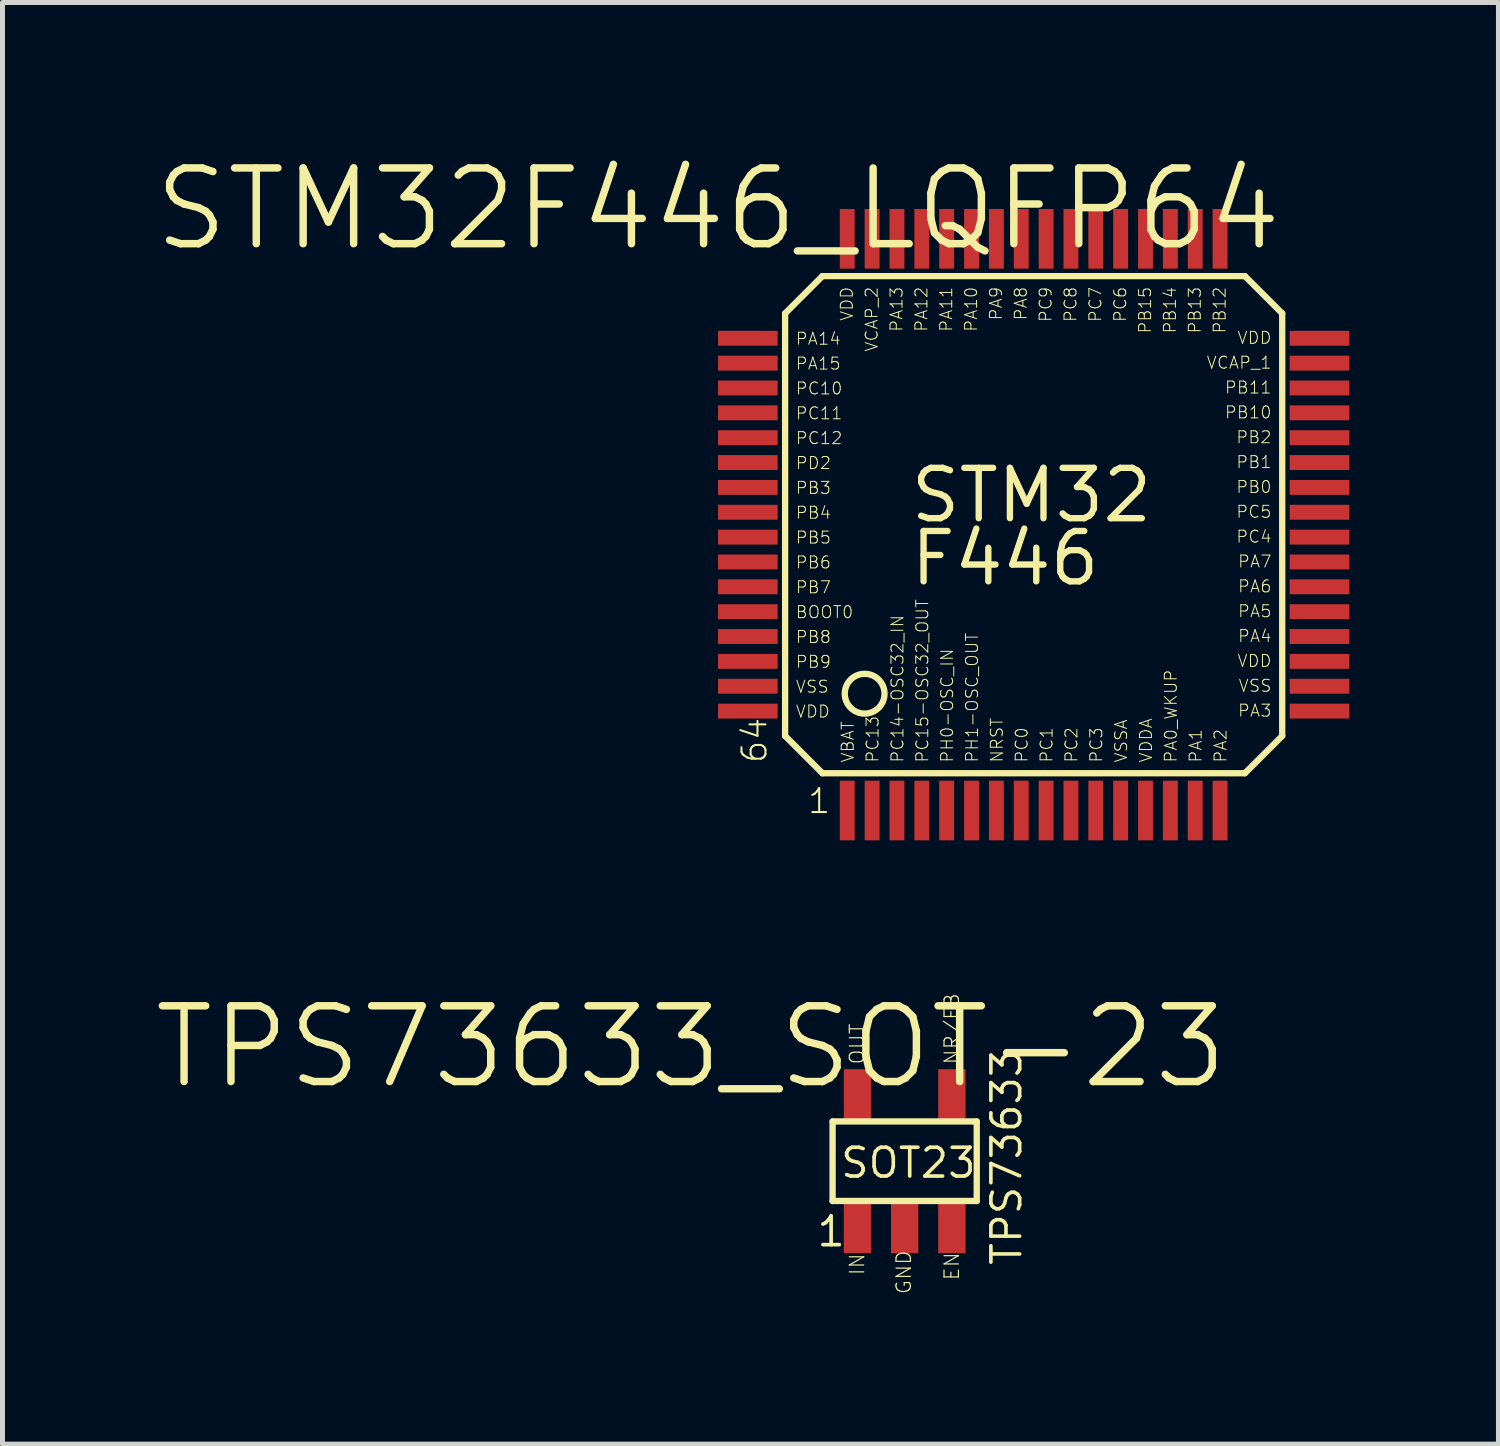
<source format=kicad_pcb>
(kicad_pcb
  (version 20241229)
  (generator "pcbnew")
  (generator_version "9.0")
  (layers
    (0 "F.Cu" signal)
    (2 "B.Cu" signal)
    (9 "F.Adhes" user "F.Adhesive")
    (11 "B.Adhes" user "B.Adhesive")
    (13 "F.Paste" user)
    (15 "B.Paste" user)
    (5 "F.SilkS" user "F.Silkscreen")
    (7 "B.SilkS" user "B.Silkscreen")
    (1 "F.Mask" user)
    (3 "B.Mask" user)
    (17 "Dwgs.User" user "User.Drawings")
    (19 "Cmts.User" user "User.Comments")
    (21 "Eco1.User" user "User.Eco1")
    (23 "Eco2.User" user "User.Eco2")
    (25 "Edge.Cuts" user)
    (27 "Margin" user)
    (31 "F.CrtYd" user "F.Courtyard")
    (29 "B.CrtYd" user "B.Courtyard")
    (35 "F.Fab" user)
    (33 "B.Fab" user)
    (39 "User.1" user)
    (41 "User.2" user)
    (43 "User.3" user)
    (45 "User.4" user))
  (footprint "STM32F446_LQFP64"
    (layer "F.Cu")
    (at 17.744 7.505)
    (property "Reference" "STM32F446_LQFP64" (at -6.35 -6.35 0) (layer "F.SilkS") (effects (font (size 1.524 1.524) (thickness 0.15))))
    (attr through_hole)
    (fp_line (start -5 -4.25) (end -5 4.25) (stroke (width 0.127) (type solid)) (layer "F.SilkS"))
    (fp_line (start -5 -4.25) (end -4.25 -5) (stroke (width 0.127) (type solid)) (layer "F.SilkS"))
    (fp_line (start -5 4.25) (end -4.25 5) (stroke (width 0.127) (type solid)) (layer "F.SilkS"))
    (fp_line (start -4.25 5) (end 4.25 5) (stroke (width 0.127) (type solid)) (layer "F.SilkS"))
    (fp_line (start 4.25 -5) (end -4.25 -5) (stroke (width 0.127) (type solid)) (layer "F.SilkS"))
    (fp_line (start 4.25 -5) (end 5 -4.25) (stroke (width 0.127) (type solid)) (layer "F.SilkS"))
    (fp_line (start 4.25 5) (end 5 4.25) (stroke (width 0.127) (type solid)) (layer "F.SilkS"))
    (fp_line (start 5 4.25) (end 5 -4.25) (stroke (width 0.127) (type solid)) (layer "F.SilkS"))
    (fp_circle (center -3.4 3.4) (end -3 3.4) (stroke (width 0.127) (type solid)) (fill no) (layer "F.SilkS"))
    (fp_text user "VBAT" (at -3.6 4.8 90) (layer "F.SilkS") (effects (font (size 0.241 0.241) (thickness 0.02)) (justify left bottom)))
    (fp_text user "PA14" (at -4.8 -3.6 0) (layer "F.SilkS") (effects (font (size 0.241 0.241) (thickness 0.02)) (justify left bottom)))
    (fp_text user "PC9" (at 0.1 -4.8 90) (layer "F.SilkS") (effects (font (size 0.241 0.241) (thickness 0.02)) (justify right top)))
    (fp_text user "PB6" (at -4.8 0.9 0) (layer "F.SilkS") (effects (font (size 0.241 0.241) (thickness 0.02)) (justify left bottom)))
    (fp_text user "PC12" (at -4.8 -1.6 0) (layer "F.SilkS") (effects (font (size 0.241 0.241) (thickness 0.02)) (justify left bottom)))
    (fp_text user "PD2" (at -4.8 -1.1 0) (layer "F.SilkS") (effects (font (size 0.241 0.241) (thickness 0.02)) (justify left bottom)))
    (fp_text user "VDD" (at -4.8 3.9 0) (layer "F.SilkS") (effects (font (size 0.241 0.241) (thickness 0.02)) (justify left bottom)))
    (fp_text user "PH0-OSC_IN" (at -1.6 4.8 90) (layer "F.SilkS") (effects (font (size 0.241 0.241) (thickness 0.02)) (justify left bottom)))
    (fp_text user "VDD" (at 4.8 2.6 0) (layer "F.SilkS") (effects (font (size 0.241 0.241) (thickness 0.02)) (justify right top)))
    (fp_text user "PC13" (at -3.1 4.8 90) (layer "F.SilkS") (effects (font (size 0.241 0.241) (thickness 0.02)) (justify left bottom)))
    (fp_text user "PB1" (at 4.8 -1.4 0) (layer "F.SilkS") (effects (font (size 0.241 0.241) (thickness 0.02)) (justify right top)))
    (fp_text user "VSSA" (at 1.9 4.8 90) (layer "F.SilkS") (effects (font (size 0.241 0.241) (thickness 0.02)) (justify left bottom)))
    (fp_text user "VCAP_1" (at 4.8 -3.4 0) (layer "F.SilkS") (effects (font (size 0.241 0.241) (thickness 0.02)) (justify right top)))
    (fp_text user "PB12" (at 3.6 -4.8 90) (layer "F.SilkS") (effects (font (size 0.241 0.241) (thickness 0.02)) (justify right top)))
    (fp_text user "PB13" (at 3.1 -4.8 90) (layer "F.SilkS") (effects (font (size 0.241 0.241) (thickness 0.02)) (justify right top)))
    (fp_text user "VCAP_2" (at -3.4 -4.8 90) (layer "F.SilkS") (effects (font (size 0.241 0.241) (thickness 0.02)) (justify right top)))
    (fp_text user "PB0" (at 4.8 -0.9 0) (layer "F.SilkS") (effects (font (size 0.241 0.241) (thickness 0.02)) (justify right top)))
    (fp_text user "PC2" (at 0.9 4.8 90) (layer "F.SilkS") (effects (font (size 0.241 0.241) (thickness 0.02)) (justify left bottom)))
    (fp_text user "PA3" (at 4.8 3.6 0) (layer "F.SilkS") (effects (font (size 0.241 0.241) (thickness 0.02)) (justify right top)))
    (fp_text user "PA0_WKUP" (at 2.9 4.8 90) (layer "F.SilkS") (effects (font (size 0.241 0.241) (thickness 0.02)) (justify left bottom)))
    (fp_text user "VSS" (at -4.8 3.4 0) (layer "F.SilkS") (effects (font (size 0.241 0.241) (thickness 0.02)) (justify left bottom)))
    (fp_text user "PA6" (at 4.8 1.1 0) (layer "F.SilkS") (effects (font (size 0.241 0.241) (thickness 0.02)) (justify right top)))
    (fp_text user "NRST" (at -0.6 4.8 90) (layer "F.SilkS") (effects (font (size 0.241 0.241) (thickness 0.02)) (justify left bottom)))
    (fp_text user "PC1" (at 0.4 4.8 90) (layer "F.SilkS") (effects (font (size 0.241 0.241) (thickness 0.02)) (justify left bottom)))
    (fp_text user "PA8" (at -0.4 -4.8 90) (layer "F.SilkS") (effects (font (size 0.241 0.241) (thickness 0.02)) (justify right top)))
    (fp_text user "PB5" (at -4.8 0.4 0) (layer "F.SilkS") (effects (font (size 0.241 0.241) (thickness 0.02)) (justify left bottom)))
    (fp_text user "PB9" (at -4.8 2.9 0) (layer "F.SilkS") (effects (font (size 0.241 0.241) (thickness 0.02)) (justify left bottom)))
    (fp_text user "F446" (at -2.54 1.27 0) (layer "F.SilkS") (effects (font (size 1.013 1.013) (thickness 0.128)) (justify left bottom)))
    (fp_text user "PA7" (at 4.8 0.6 0) (layer "F.SilkS") (effects (font (size 0.241 0.241) (thickness 0.02)) (justify right top)))
    (fp_text user "PA15" (at -4.8 -3.1 0) (layer "F.SilkS") (effects (font (size 0.241 0.241) (thickness 0.02)) (justify left bottom)))
    (fp_text user "PA10" (at -1.4 -4.8 90) (layer "F.SilkS") (effects (font (size 0.241 0.241) (thickness 0.02)) (justify right top)))
    (fp_text user "PB4" (at -4.8 -0.1 0) (layer "F.SilkS") (effects (font (size 0.241 0.241) (thickness 0.02)) (justify left bottom)))
    (fp_text user "PA11" (at -1.9 -4.8 90) (layer "F.SilkS") (effects (font (size 0.241 0.241) (thickness 0.02)) (justify right top)))
    (fp_text user "PA1" (at 3.4 4.8 90) (layer "F.SilkS") (effects (font (size 0.241 0.241) (thickness 0.02)) (justify left bottom)))
    (fp_text user "PB15" (at 2.1 -4.8 90) (layer "F.SilkS") (effects (font (size 0.241 0.241) (thickness 0.02)) (justify right top)))
    (fp_text user "PB2" (at 4.8 -1.9 0) (layer "F.SilkS") (effects (font (size 0.241 0.241) (thickness 0.02)) (justify right top)))
    (fp_text user "PA4" (at 4.8 2.1 0) (layer "F.SilkS") (effects (font (size 0.241 0.241) (thickness 0.02)) (justify right top)))
    (fp_text user "PA13" (at -2.9 -4.8 90) (layer "F.SilkS") (effects (font (size 0.241 0.241) (thickness 0.02)) (justify right top)))
    (fp_text user "PB7" (at -4.8 1.4 0) (layer "F.SilkS") (effects (font (size 0.241 0.241) (thickness 0.02)) (justify left bottom)))
    (fp_text user "PB10" (at 4.8 -2.4 0) (layer "F.SilkS") (effects (font (size 0.241 0.241) (thickness 0.02)) (justify right top)))
    (fp_text user "PC6" (at 1.6 -4.8 90) (layer "F.SilkS") (effects (font (size 0.241 0.241) (thickness 0.02)) (justify right top)))
    (fp_text user "VDDA" (at 2.4 4.8 90) (layer "F.SilkS") (effects (font (size 0.241 0.241) (thickness 0.02)) (justify left bottom)))
    (fp_text user "64" (at -5.334 4.826 90) (layer "F.SilkS") (effects (font (size 0.483 0.483) (thickness 0.041)) (justify left bottom)))
    (fp_text user "VDD" (at 4.8 -3.9 0) (layer "F.SilkS") (effects (font (size 0.241 0.241) (thickness 0.02)) (justify right top)))
    (fp_text user "PC14-OSC32_IN" (at -2.6 4.8 90) (layer "F.SilkS") (effects (font (size 0.241 0.241) (thickness 0.02)) (justify left bottom)))
    (fp_text user "PC0" (at -0.1 4.8 90) (layer "F.SilkS") (effects (font (size 0.241 0.241) (thickness 0.02)) (justify left bottom)))
    (fp_text user "PC5" (at 4.8 -0.4 0) (layer "F.SilkS") (effects (font (size 0.241 0.241) (thickness 0.02)) (justify right top)))
    (fp_text user "PB11" (at 4.8 -2.9 0) (layer "F.SilkS") (effects (font (size 0.241 0.241) (thickness 0.02)) (justify right top)))
    (fp_text user "PB14" (at 2.6 -4.8 90) (layer "F.SilkS") (effects (font (size 0.241 0.241) (thickness 0.02)) (justify right top)))
    (fp_text user "PC7" (at 1.1 -4.8 90) (layer "F.SilkS") (effects (font (size 0.241 0.241) (thickness 0.02)) (justify right top)))
    (fp_text user "PB3" (at -4.8 -0.6 0) (layer "F.SilkS") (effects (font (size 0.241 0.241) (thickness 0.02)) (justify left bottom)))
    (fp_text user "PH1-OSC_OUT" (at -1.1 4.8 90) (layer "F.SilkS") (effects (font (size 0.241 0.241) (thickness 0.02)) (justify left bottom)))
    (fp_text user "STM32" (at -2.54 0 0) (layer "F.SilkS") (effects (font (size 1.013 1.013) (thickness 0.128)) (justify left bottom)))
    (fp_text user "PC8" (at 0.6 -4.8 90) (layer "F.SilkS") (effects (font (size 0.241 0.241) (thickness 0.02)) (justify right top)))
    (fp_text user "PA12" (at -2.4 -4.8 90) (layer "F.SilkS") (effects (font (size 0.241 0.241) (thickness 0.02)) (justify right top)))
    (fp_text user "PC10" (at -4.8 -2.6 0) (layer "F.SilkS") (effects (font (size 0.241 0.241) (thickness 0.02)) (justify left bottom)))
    (fp_text user "VDD" (at -3.9 -4.8 90) (layer "F.SilkS") (effects (font (size 0.241 0.241) (thickness 0.02)) (justify right top)))
    (fp_text user "PB8" (at -4.8 2.4 0) (layer "F.SilkS") (effects (font (size 0.241 0.241) (thickness 0.02)) (justify left bottom)))
    (fp_text user "BOOT0" (at -4.8 1.9 0) (layer "F.SilkS") (effects (font (size 0.241 0.241) (thickness 0.02)) (justify left bottom)))
    (fp_text user "PA2" (at 3.9 4.8 90) (layer "F.SilkS") (effects (font (size 0.241 0.241) (thickness 0.02)) (justify left bottom)))
    (fp_text user "PA9" (at -0.9 -4.8 90) (layer "F.SilkS") (effects (font (size 0.241 0.241) (thickness 0.02)) (justify right top)))
    (fp_text user "PC3" (at 1.4 4.8 90) (layer "F.SilkS") (effects (font (size 0.241 0.241) (thickness 0.02)) (justify left bottom)))
    (fp_text user "PC11" (at -4.8 -2.1 0) (layer "F.SilkS") (effects (font (size 0.241 0.241) (thickness 0.02)) (justify left bottom)))
    (fp_text user "PC15-OSC32_OUT" (at -2.1 4.8 90) (layer "F.SilkS") (effects (font (size 0.241 0.241) (thickness 0.02)) (justify left bottom)))
    (fp_text user "1" (at -4.572 5.842 0) (layer "F.SilkS") (effects (font (size 0.483 0.483) (thickness 0.041)) (justify left bottom)))
    (fp_text user "VSS" (at 4.8 3.1 0) (layer "F.SilkS") (effects (font (size 0.241 0.241) (thickness 0.02)) (justify right top)))
    (fp_text user "PC4" (at 4.8 0.1 0) (layer "F.SilkS") (effects (font (size 0.241 0.241) (thickness 0.02)) (justify right top)))
    (fp_text user "PA5" (at 4.8 1.6 0) (layer "F.SilkS") (effects (font (size 0.241 0.241) (thickness 0.02)) (justify right top)))
    (pad "BOOT" smd rect (at -5.75 1.75) (size 1.2 0.3) (layers "F.Cu" "F.Mask" "F.Paste"))
    (pad "NRST" smd rect (at -0.75 5.75 90) (size 1.2 0.3) (layers "F.Cu" "F.Mask" "F.Paste"))
    (pad "PA0_" smd rect (at 2.75 5.75 90) (size 1.2 0.3) (layers "F.Cu" "F.Mask" "F.Paste"))
    (pad "PA1" smd rect (at 3.25 5.75 90) (size 1.2 0.3) (layers "F.Cu" "F.Mask" "F.Paste"))
    (pad "PA2" smd rect (at 3.75 5.75 90) (size 1.2 0.3) (layers "F.Cu" "F.Mask" "F.Paste"))
    (pad "PA3" smd rect (at 5.75 3.75) (size 1.2 0.3) (layers "F.Cu" "F.Mask" "F.Paste"))
    (pad "PA4" smd rect (at 5.75 2.25) (size 1.2 0.3) (layers "F.Cu" "F.Mask" "F.Paste"))
    (pad "PA5" smd rect (at 5.75 1.75) (size 1.2 0.3) (layers "F.Cu" "F.Mask" "F.Paste"))
    (pad "PA6" smd rect (at 5.75 1.25) (size 1.2 0.3) (layers "F.Cu" "F.Mask" "F.Paste"))
    (pad "PA7" smd rect (at 5.75 0.75) (size 1.2 0.3) (layers "F.Cu" "F.Mask" "F.Paste"))
    (pad "PA8" smd rect (at -0.25 -5.75 90) (size 1.2 0.3) (layers "F.Cu" "F.Mask" "F.Paste"))
    (pad "PA9" smd rect (at -0.75 -5.75 90) (size 1.2 0.3) (layers "F.Cu" "F.Mask" "F.Paste"))
    (pad "PA10" smd rect (at -1.25 -5.75 90) (size 1.2 0.3) (layers "F.Cu" "F.Mask" "F.Paste"))
    (pad "PA11" smd rect (at -1.75 -5.75 90) (size 1.2 0.3) (layers "F.Cu" "F.Mask" "F.Paste"))
    (pad "PA12" smd rect (at -2.25 -5.75 90) (size 1.2 0.3) (layers "F.Cu" "F.Mask" "F.Paste"))
    (pad "PA13" smd rect (at -2.75 -5.75 90) (size 1.2 0.3) (layers "F.Cu" "F.Mask" "F.Paste"))
    (pad "PA14" smd rect (at -5.75 -3.75) (size 1.2 0.3) (layers "F.Cu" "F.Mask" "F.Paste"))
    (pad "PA15" smd rect (at -5.75 -3.25) (size 1.2 0.3) (layers "F.Cu" "F.Mask" "F.Paste"))
    (pad "PB0" smd rect (at 5.75 -0.75) (size 1.2 0.3) (layers "F.Cu" "F.Mask" "F.Paste"))
    (pad "PB1" smd rect (at 5.75 -1.25) (size 1.2 0.3) (layers "F.Cu" "F.Mask" "F.Paste"))
    (pad "PB2" smd rect (at 5.75 -1.75) (size 1.2 0.3) (layers "F.Cu" "F.Mask" "F.Paste"))
    (pad "PB3" smd rect (at -5.75 -0.75) (size 1.2 0.3) (layers "F.Cu" "F.Mask" "F.Paste"))
    (pad "PB4" smd rect (at -5.75 -0.25) (size 1.2 0.3) (layers "F.Cu" "F.Mask" "F.Paste"))
    (pad "PB5" smd rect (at -5.75 0.25) (size 1.2 0.3) (layers "F.Cu" "F.Mask" "F.Paste"))
    (pad "PB6" smd rect (at -5.75 0.75) (size 1.2 0.3) (layers "F.Cu" "F.Mask" "F.Paste"))
    (pad "PB7" smd rect (at -5.75 1.25) (size 1.2 0.3) (layers "F.Cu" "F.Mask" "F.Paste"))
    (pad "PB8" smd rect (at -5.75 2.25) (size 1.2 0.3) (layers "F.Cu" "F.Mask" "F.Paste"))
    (pad "PB9" smd rect (at -5.75 2.75) (size 1.2 0.3) (layers "F.Cu" "F.Mask" "F.Paste"))
    (pad "PB10" smd rect (at 5.75 -2.25) (size 1.2 0.3) (layers "F.Cu" "F.Mask" "F.Paste"))
    (pad "PB11" smd rect (at 5.75 -2.75) (size 1.2 0.3) (layers "F.Cu" "F.Mask" "F.Paste"))
    (pad "PB12" smd rect (at 3.75 -5.75 90) (size 1.2 0.3) (layers "F.Cu" "F.Mask" "F.Paste"))
    (pad "PB13" smd rect (at 3.25 -5.75 90) (size 1.2 0.3) (layers "F.Cu" "F.Mask" "F.Paste"))
    (pad "PB14" smd rect (at 2.75 -5.75 90) (size 1.2 0.3) (layers "F.Cu" "F.Mask" "F.Paste"))
    (pad "PB15" smd rect (at 2.25 -5.75 90) (size 1.2 0.3) (layers "F.Cu" "F.Mask" "F.Paste"))
    (pad "PC0" smd rect (at -0.25 5.75 90) (size 1.2 0.3) (layers "F.Cu" "F.Mask" "F.Paste"))
    (pad "PC1" smd rect (at 0.25 5.75 90) (size 1.2 0.3) (layers "F.Cu" "F.Mask" "F.Paste"))
    (pad "PC2" smd rect (at 0.75 5.75 90) (size 1.2 0.3) (layers "F.Cu" "F.Mask" "F.Paste"))
    (pad "PC3" smd rect (at 1.25 5.75 90) (size 1.2 0.3) (layers "F.Cu" "F.Mask" "F.Paste"))
    (pad "PC4" smd rect (at 5.75 0.25) (size 1.2 0.3) (layers "F.Cu" "F.Mask" "F.Paste"))
    (pad "PC5" smd rect (at 5.75 -0.25) (size 1.2 0.3) (layers "F.Cu" "F.Mask" "F.Paste"))
    (pad "PC6" smd rect (at 1.75 -5.75 90) (size 1.2 0.3) (layers "F.Cu" "F.Mask" "F.Paste"))
    (pad "PC7" smd rect (at 1.25 -5.75 90) (size 1.2 0.3) (layers "F.Cu" "F.Mask" "F.Paste"))
    (pad "PC8" smd rect (at 0.75 -5.75 90) (size 1.2 0.3) (layers "F.Cu" "F.Mask" "F.Paste"))
    (pad "PC9" smd rect (at 0.25 -5.75 90) (size 1.2 0.3) (layers "F.Cu" "F.Mask" "F.Paste"))
    (pad "PC10" smd rect (at -5.75 -2.75) (size 1.2 0.3) (layers "F.Cu" "F.Mask" "F.Paste"))
    (pad "PC11" smd rect (at -5.75 -2.25) (size 1.2 0.3) (layers "F.Cu" "F.Mask" "F.Paste"))
    (pad "PC12" smd rect (at -5.75 -1.75) (size 1.2 0.3) (layers "F.Cu" "F.Mask" "F.Paste"))
    (pad "PC13" smd rect (at -3.25 5.75 90) (size 1.2 0.3) (layers "F.Cu" "F.Mask" "F.Paste"))
    (pad "PC14" smd rect (at -2.75 5.75 90) (size 1.2 0.3) (layers "F.Cu" "F.Mask" "F.Paste"))
    (pad "PC15" smd rect (at -2.25 5.75 90) (size 1.2 0.3) (layers "F.Cu" "F.Mask" "F.Paste"))
    (pad "PD2" smd rect (at -5.75 -1.25) (size 1.2 0.3) (layers "F.Cu" "F.Mask" "F.Paste"))
    (pad "PH0" smd rect (at -1.75 5.75 90) (size 1.2 0.3) (layers "F.Cu" "F.Mask" "F.Paste"))
    (pad "PH1" smd rect (at -1.25 5.75 90) (size 1.2 0.3) (layers "F.Cu" "F.Mask" "F.Paste"))
    (pad "VBAT" smd rect (at -3.75 5.75 90) (size 1.2 0.3) (layers "F.Cu" "F.Mask" "F.Paste"))
    (pad "VCAP" smd rect (at -3.25 -5.75 90) (size 1.2 0.3) (layers "F.Cu" "F.Mask" "F.Paste"))
    (pad "VCAP" smd rect (at 5.75 -3.25) (size 1.2 0.3) (layers "F.Cu" "F.Mask" "F.Paste"))
    (pad "VDDA" smd rect (at 2.25 5.75 90) (size 1.2 0.3) (layers "F.Cu" "F.Mask" "F.Paste"))
    (pad "VDD_" smd rect (at -5.75 3.75) (size 1.2 0.3) (layers "F.Cu" "F.Mask" "F.Paste"))
    (pad "VDD_" smd rect (at -3.75 -5.75 90) (size 1.2 0.3) (layers "F.Cu" "F.Mask" "F.Paste"))
    (pad "VDD_" smd rect (at 5.75 -3.75) (size 1.2 0.3) (layers "F.Cu" "F.Mask" "F.Paste"))
    (pad "VDD_" smd rect (at 5.75 2.75) (size 1.2 0.3) (layers "F.Cu" "F.Mask" "F.Paste"))
    (pad "VSSA" smd rect (at 1.75 5.75 90) (size 1.2 0.3) (layers "F.Cu" "F.Mask" "F.Paste"))
    (pad "VSS_" smd rect (at -5.75 3.25) (size 1.2 0.3) (layers "F.Cu" "F.Mask" "F.Paste"))
    (pad "VSS_" smd rect (at 5.75 3.25) (size 1.2 0.3) (layers "F.Cu" "F.Mask" "F.Paste")))
  (footprint "TPS73633_SOT-23"
    (layer "F.Cu")
    (at 15.149 20.31)
    (property "Reference" "TPS73633_SOT-23" (at -4.3 -2.3 0) (layer "F.SilkS") (effects (font (size 1.524 1.524) (thickness 0.15))))
    (attr through_hole)
    (fp_line (start -1.45 -0.8) (end -1.45 0.8) (stroke (width 0.127) (type solid)) (layer "F.SilkS"))
    (fp_line (start -1.45 0.8) (end 1.45 0.8) (stroke (width 0.127) (type solid)) (layer "F.SilkS"))
    (fp_line (start 1.45 -0.8) (end -1.45 -0.8) (stroke (width 0.127) (type solid)) (layer "F.SilkS"))
    (fp_line (start 1.45 0.8) (end 1.45 -0.8) (stroke (width 0.127) (type solid)) (layer "F.SilkS"))
    (fp_text user "TPS73633" (at 2.388 2.134 90) (layer "F.SilkS") (effects (font (size 0.579 0.579) (thickness 0.073)) (justify left bottom)))
    (fp_text user "EN" (at 1.118 2.413 90) (layer "F.SilkS") (effects (font (size 0.29 0.29) (thickness 0.024)) (justify left bottom)))
    (fp_text user "GND" (at 0.152 2.692 90) (layer "F.SilkS") (effects (font (size 0.29 0.29) (thickness 0.024)) (justify left bottom)))
    (fp_text user "IN" (at -0.787 2.311 90) (layer "F.SilkS") (effects (font (size 0.29 0.29) (thickness 0.024)) (justify left bottom)))
    (fp_text user "1" (at -1.803 1.753 0) (layer "F.SilkS") (effects (font (size 0.579 0.579) (thickness 0.073)) (justify left bottom)))
    (fp_text user "OUT" (at -0.787 -1.93 90) (layer "F.SilkS") (effects (font (size 0.29 0.29) (thickness 0.024)) (justify left bottom)))
    (fp_text user "SOT23" (at 1.473 -0.305 0) (layer "F.SilkS") (effects (font (size 0.579 0.579) (thickness 0.073)) (justify right top)))
    (fp_text user "NR/FB" (at 1.118 -1.93 90) (layer "F.SilkS") (effects (font (size 0.29 0.29) (thickness 0.024)) (justify left bottom)))
    (pad "1" smd rect (at -0.95 1.35 90) (size 1 0.55) (layers "F.Cu" "F.Mask" "F.Paste"))
    (pad "2" smd rect (at -0.000063 1.35 90) (size 1 0.55) (layers "F.Cu" "F.Mask" "F.Paste"))
    (pad "3" smd rect (at 0.95 1.35 90) (size 1 0.55) (layers "F.Cu" "F.Mask" "F.Paste"))
    (pad "4" smd rect (at 0.95 -1.35 90) (size 1 0.55) (layers "F.Cu" "F.Mask" "F.Paste"))
    (pad "5" smd rect (at -0.95 -1.35 90) (size 1 0.55) (layers "F.Cu" "F.Mask" "F.Paste")))
  (gr_rect
    (start -3 -3)
    (end 27.094 26.002)
    (stroke (width 0.1) (type default))
    (fill no)
    (layer "Edge.Cuts")))
</source>
